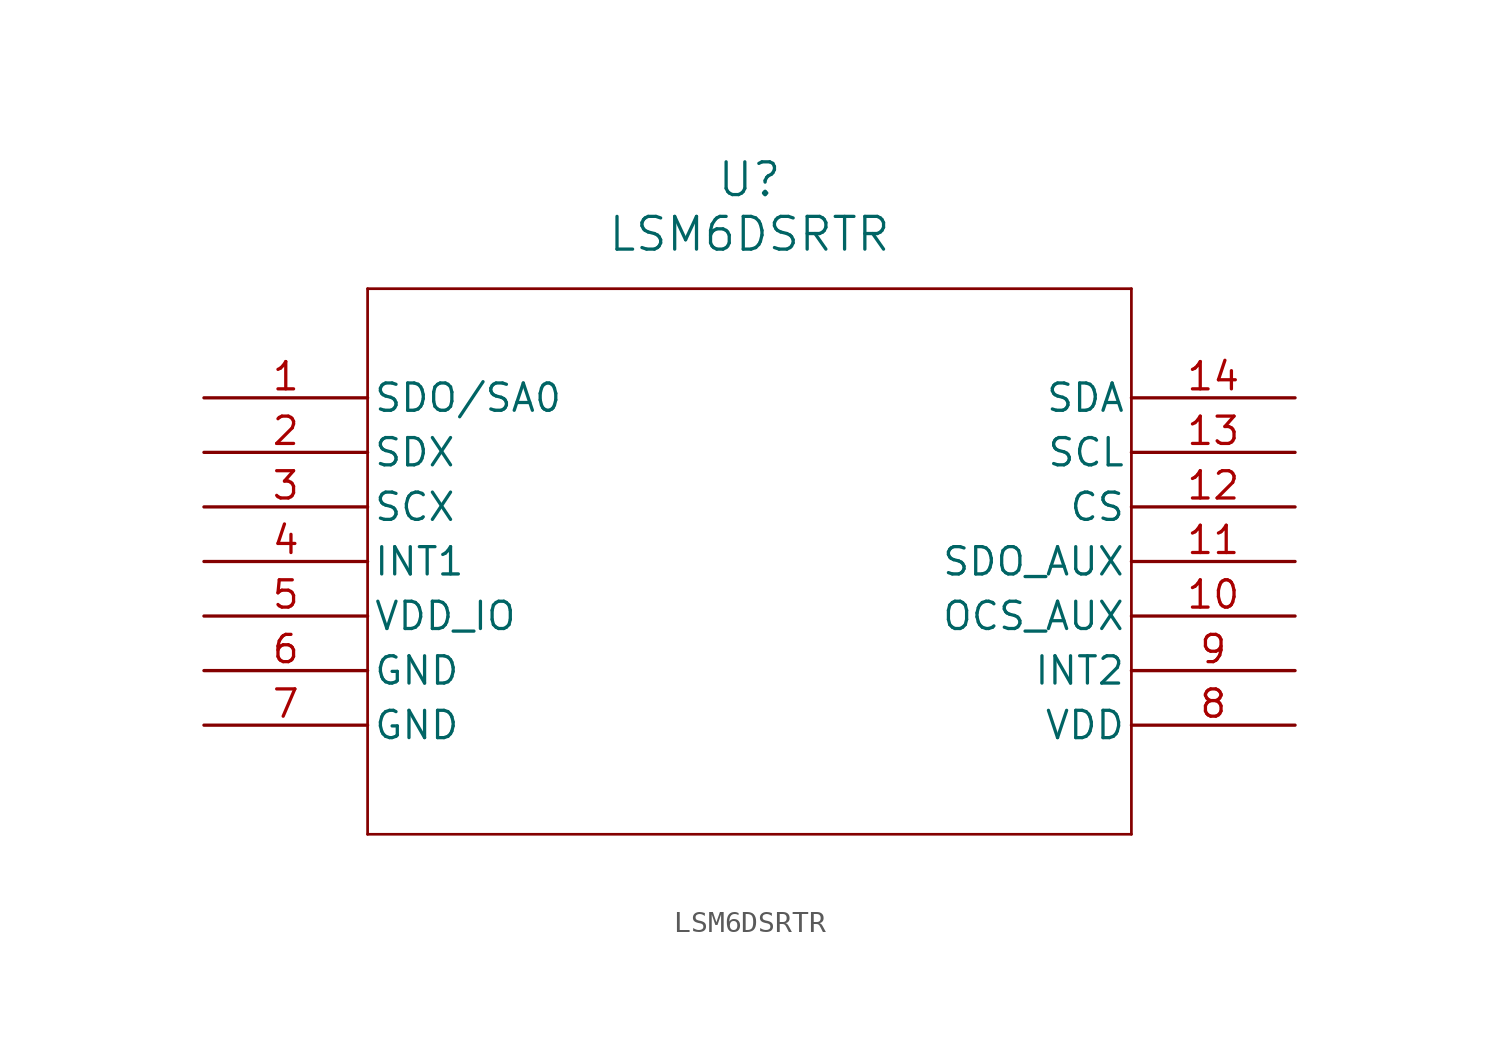
<source format=kicad_sym>
(kicad_symbol_lib
  (version 20211014)
  (generator kicad_symbol_editor)
  (symbol "LSM6DSRTR"
    (pin_names
      (offset 0.254))
    (property "Reference" "U"
      (at 25.4 10.16 0)
      (effects (font (size 1.524 1.524))))
    (property "Value" "LSM6DSRTR"
      (at 25.4 7.62 0)
      (effects (font (size 1.524 1.524))))
    (symbol "LSM6DSRTR_0_1"
      (polyline (pts (xy 7.62 5.08) (xy 7.62 -20.32)) (stroke (width 0.127) (type default) (color 0 0 0 0)) (fill (type none)))
      (polyline (pts (xy 7.62 -20.32) (xy 43.18 -20.32)) (stroke (width 0.127) (type default) (color 0 0 0 0)) (fill (type none)))
      (polyline (pts (xy 43.18 -20.32) (xy 43.18 5.08)) (stroke (width 0.127) (type default) (color 0 0 0 0)) (fill (type none)))
      (polyline (pts (xy 43.18 5.08) (xy 7.62 5.08)) (stroke (width 0.127) (type default) (color 0 0 0 0)) (fill (type none)))
      (pin bidirectional line (at 0 0 0) (length 7.62) (name "SDO/SA0" (effects (font (size 1.27 1.27)))) (number "1" (effects (font (size 1.27 1.27)))))
      (pin bidirectional line (at 0 -2.54 0) (length 7.62) (name "SDX" (effects (font (size 1.27 1.27)))) (number "2" (effects (font (size 1.27 1.27)))))
      (pin bidirectional line (at 0 -5.08 0) (length 7.62) (name "SCX" (effects (font (size 1.27 1.27)))) (number "3" (effects (font (size 1.27 1.27)))))
      (pin output line (at 0 -7.62 0) (length 7.62) (name "INT1" (effects (font (size 1.27 1.27)))) (number "4" (effects (font (size 1.27 1.27)))))
      (pin power_in line (at 0 -10.16 0) (length 7.62) (name "VDD_IO" (effects (font (size 1.27 1.27)))) (number "5" (effects (font (size 1.27 1.27)))))
      (pin power_out line (at 0 -12.7 0) (length 7.62) (name "GND" (effects (font (size 1.27 1.27)))) (number "6" (effects (font (size 1.27 1.27)))))
      (pin power_out line (at 0 -15.24 0) (length 7.62) (name "GND" (effects (font (size 1.27 1.27)))) (number "7" (effects (font (size 1.27 1.27)))))
      (pin power_in line (at 50.8 -15.24 180) (length 7.62) (name "VDD" (effects (font (size 1.27 1.27)))) (number "8" (effects (font (size 1.27 1.27)))))
      (pin output line (at 50.8 -12.7 180) (length 7.62) (name "INT2" (effects (font (size 1.27 1.27)))) (number "9" (effects (font (size 1.27 1.27)))))
      (pin bidirectional line (at 50.8 -10.16 180) (length 7.62) (name "OCS_AUX" (effects (font (size 1.27 1.27)))) (number "10" (effects (font (size 1.27 1.27)))))
      (pin bidirectional line (at 50.8 -7.62 180) (length 7.62) (name "SDO_AUX" (effects (font (size 1.27 1.27)))) (number "11" (effects (font (size 1.27 1.27)))))
      (pin input line (at 50.8 -5.08 180) (length 7.62) (name "CS" (effects (font (size 1.27 1.27)))) (number "12" (effects (font (size 1.27 1.27)))))
      (pin input line (at 50.8 -2.54 180) (length 7.62) (name "SCL" (effects (font (size 1.27 1.27)))) (number "13" (effects (font (size 1.27 1.27)))))
      (pin bidirectional line (at 50.8 0 180) (length 7.62) (name "SDA" (effects (font (size 1.27 1.27)))) (number "14" (effects (font (size 1.27 1.27))))))))
</source>
